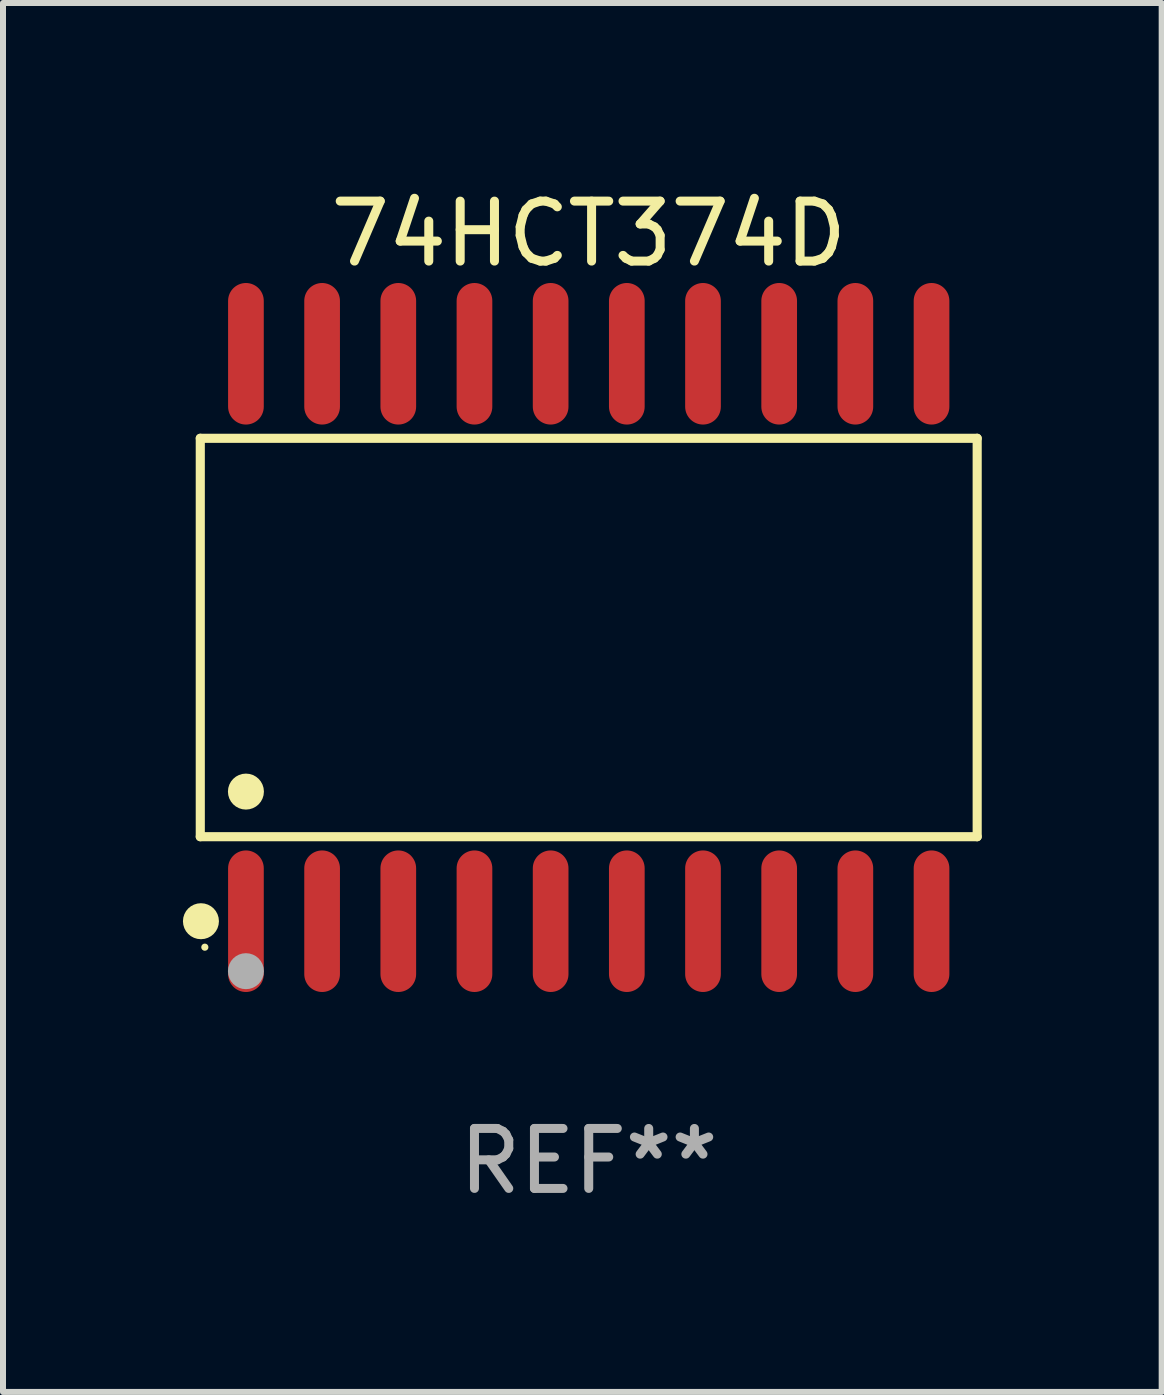
<source format=kicad_pcb>
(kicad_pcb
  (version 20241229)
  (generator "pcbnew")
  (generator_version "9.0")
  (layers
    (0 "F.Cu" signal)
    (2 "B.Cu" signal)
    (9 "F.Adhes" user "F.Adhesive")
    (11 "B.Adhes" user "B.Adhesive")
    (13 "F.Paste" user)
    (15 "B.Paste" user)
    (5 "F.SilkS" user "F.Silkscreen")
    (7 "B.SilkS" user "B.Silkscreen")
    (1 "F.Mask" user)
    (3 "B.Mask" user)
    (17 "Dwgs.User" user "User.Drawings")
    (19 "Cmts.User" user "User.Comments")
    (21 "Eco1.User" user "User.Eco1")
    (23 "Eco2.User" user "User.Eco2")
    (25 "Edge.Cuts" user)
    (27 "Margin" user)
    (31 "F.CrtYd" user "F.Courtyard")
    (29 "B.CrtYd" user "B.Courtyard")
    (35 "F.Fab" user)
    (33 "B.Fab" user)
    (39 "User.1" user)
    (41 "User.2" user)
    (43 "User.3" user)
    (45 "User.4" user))
  (footprint "74HCT374D"
    (layer "F.Cu")
    (at 6.765 7.578)
    (property "Reference" "74HCT374D" (at 0 -6.73 0) (layer "F.SilkS") (effects (font (size 1 1) (thickness 0.15))))
    (attr through_hole)
    (fp_line (start -6.476 -3.321) (end 6.476 -3.321) (stroke (width 0.152) (type solid)) (layer "F.SilkS"))
    (fp_line (start -6.476 3.321) (end -6.476 -3.321) (stroke (width 0.152) (type solid)) (layer "F.SilkS"))
    (fp_line (start 6.476 -3.321) (end 6.476 3.321) (stroke (width 0.152) (type solid)) (layer "F.SilkS"))
    (fp_line (start 6.476 3.321) (end -6.476 3.321) (stroke (width 0.152) (type solid)) (layer "F.SilkS"))
    (fp_circle (center -6.465 4.73) (end -6.315 4.73) (stroke (width 0.3) (type solid)) (fill no) (layer "F.SilkS"))
    (fp_circle (center -6.4 5.163) (end -6.37 5.163) (stroke (width 0.06) (type solid)) (fill no) (layer "F.SilkS"))
    (fp_circle (center -5.715 2.569) (end -5.565 2.569) (stroke (width 0.3) (type solid)) (fill no) (layer "F.SilkS"))
    (fp_circle (center -5.715 5.563) (end -5.565 5.563) (stroke (width 0.3) (type solid)) (fill no) (layer "F.Fab"))
    (fp_text user "REF**" (at 0 8.73 0) (layer "F.Fab") (effects (font (size 1 1) (thickness 0.15))))
    (pad "1" smd oval (at -5.715 4.73) (size 0.595 2.36) (layers "F.Cu" "F.Mask" "F.Paste"))
    (pad "2" smd oval (at -4.445 4.73) (size 0.595 2.36) (layers "F.Cu" "F.Mask" "F.Paste"))
    (pad "3" smd oval (at -3.175 4.73) (size 0.595 2.36) (layers "F.Cu" "F.Mask" "F.Paste"))
    (pad "4" smd oval (at -1.905 4.73) (size 0.595 2.36) (layers "F.Cu" "F.Mask" "F.Paste"))
    (pad "5" smd oval (at -0.635 4.73) (size 0.595 2.36) (layers "F.Cu" "F.Mask" "F.Paste"))
    (pad "6" smd oval (at 0.635 4.73) (size 0.595 2.36) (layers "F.Cu" "F.Mask" "F.Paste"))
    (pad "7" smd oval (at 1.905 4.73) (size 0.595 2.36) (layers "F.Cu" "F.Mask" "F.Paste"))
    (pad "8" smd oval (at 3.175 4.73) (size 0.595 2.36) (layers "F.Cu" "F.Mask" "F.Paste"))
    (pad "9" smd oval (at 4.445 4.73) (size 0.595 2.36) (layers "F.Cu" "F.Mask" "F.Paste"))
    (pad "10" smd oval (at 5.715 4.73) (size 0.595 2.36) (layers "F.Cu" "F.Mask" "F.Paste"))
    (pad "11" smd oval (at 5.715 -4.73) (size 0.595 2.36) (layers "F.Cu" "F.Mask" "F.Paste"))
    (pad "12" smd oval (at 4.445 -4.73) (size 0.595 2.36) (layers "F.Cu" "F.Mask" "F.Paste"))
    (pad "13" smd oval (at 3.175 -4.73) (size 0.595 2.36) (layers "F.Cu" "F.Mask" "F.Paste"))
    (pad "14" smd oval (at 1.905 -4.73) (size 0.595 2.36) (layers "F.Cu" "F.Mask" "F.Paste"))
    (pad "15" smd oval (at 0.635 -4.73) (size 0.595 2.36) (layers "F.Cu" "F.Mask" "F.Paste"))
    (pad "16" smd oval (at -0.635 -4.73) (size 0.595 2.36) (layers "F.Cu" "F.Mask" "F.Paste"))
    (pad "17" smd oval (at -1.905 -4.73) (size 0.595 2.36) (layers "F.Cu" "F.Mask" "F.Paste"))
    (pad "18" smd oval (at -3.175 -4.73) (size 0.595 2.36) (layers "F.Cu" "F.Mask" "F.Paste"))
    (pad "19" smd oval (at -4.445 -4.73) (size 0.595 2.36) (layers "F.Cu" "F.Mask" "F.Paste"))
    (pad "20" smd oval (at -5.715 -4.73) (size 0.595 2.36) (layers "F.Cu" "F.Mask" "F.Paste")))
  (gr_rect
    (start -3 -3)
    (end 16.317 20.156)
    (stroke (width 0.1) (type default))
    (fill no)
    (layer "Edge.Cuts")))
</source>
